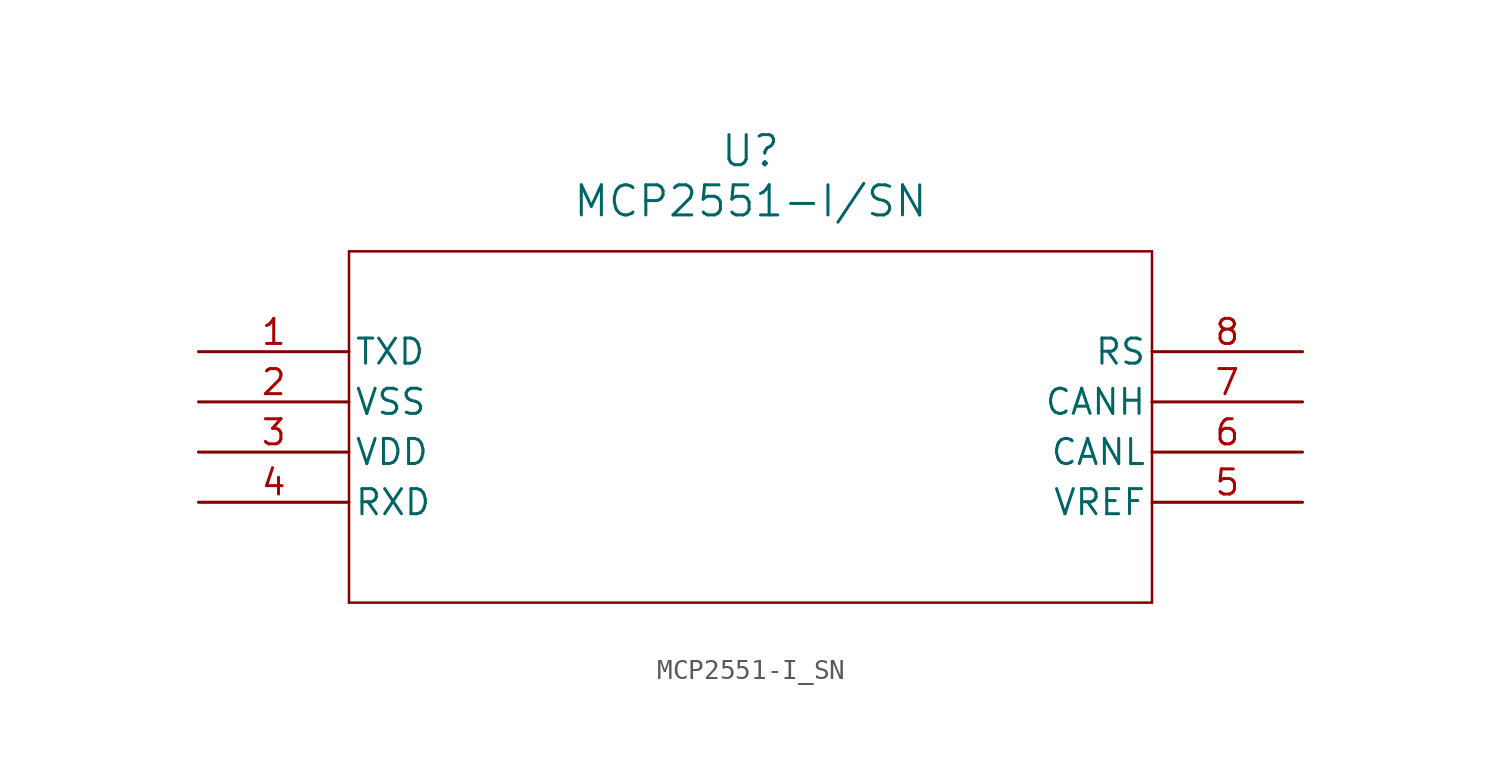
<source format=kicad_sym>
(kicad_symbol_lib
  (version 20211014)
  (generator kicad_symbol_editor)
  (symbol "MCP2551-I_SN"
    (pin_names
      (offset 0.254))
    (property "Reference" "U"
      (at 27.94 10.16 0)
      (effects (font (size 1.524 1.524))))
    (property "Value" "MCP2551-I/SN"
      (at 27.94 7.62 0)
      (effects (font (size 1.524 1.524))))
    (symbol "MCP2551-I_SN_0_1"
      (polyline (pts (xy 7.62 5.08) (xy 7.62 -12.7)) (stroke (width 0.127) (type default) (color 0 0 0 0)) (fill (type none)))
      (polyline (pts (xy 7.62 -12.7) (xy 48.26 -12.7)) (stroke (width 0.127) (type default) (color 0 0 0 0)) (fill (type none)))
      (polyline (pts (xy 48.26 -12.7) (xy 48.26 5.08)) (stroke (width 0.127) (type default) (color 0 0 0 0)) (fill (type none)))
      (polyline (pts (xy 48.26 5.08) (xy 7.62 5.08)) (stroke (width 0.127) (type default) (color 0 0 0 0)) (fill (type none)))
      (pin unspecified line (at 0 0 0) (length 7.62) (name "TXD" (effects (font (size 1.27 1.27)))) (number "1" (effects (font (size 1.27 1.27)))))
      (pin unspecified line (at 0 -2.54 0) (length 7.62) (name "VSS" (effects (font (size 1.27 1.27)))) (number "2" (effects (font (size 1.27 1.27)))))
      (pin unspecified line (at 0 -5.08 0) (length 7.62) (name "VDD" (effects (font (size 1.27 1.27)))) (number "3" (effects (font (size 1.27 1.27)))))
      (pin unspecified line (at 0 -7.62 0) (length 7.62) (name "RXD" (effects (font (size 1.27 1.27)))) (number "4" (effects (font (size 1.27 1.27)))))
      (pin unspecified line (at 55.88 -7.62 180) (length 7.62) (name "VREF" (effects (font (size 1.27 1.27)))) (number "5" (effects (font (size 1.27 1.27)))))
      (pin unspecified line (at 55.88 -5.08 180) (length 7.62) (name "CANL" (effects (font (size 1.27 1.27)))) (number "6" (effects (font (size 1.27 1.27)))))
      (pin unspecified line (at 55.88 -2.54 180) (length 7.62) (name "CANH" (effects (font (size 1.27 1.27)))) (number "7" (effects (font (size 1.27 1.27)))))
      (pin unspecified line (at 55.88 0 180) (length 7.62) (name "RS" (effects (font (size 1.27 1.27)))) (number "8" (effects (font (size 1.27 1.27))))))))
</source>
